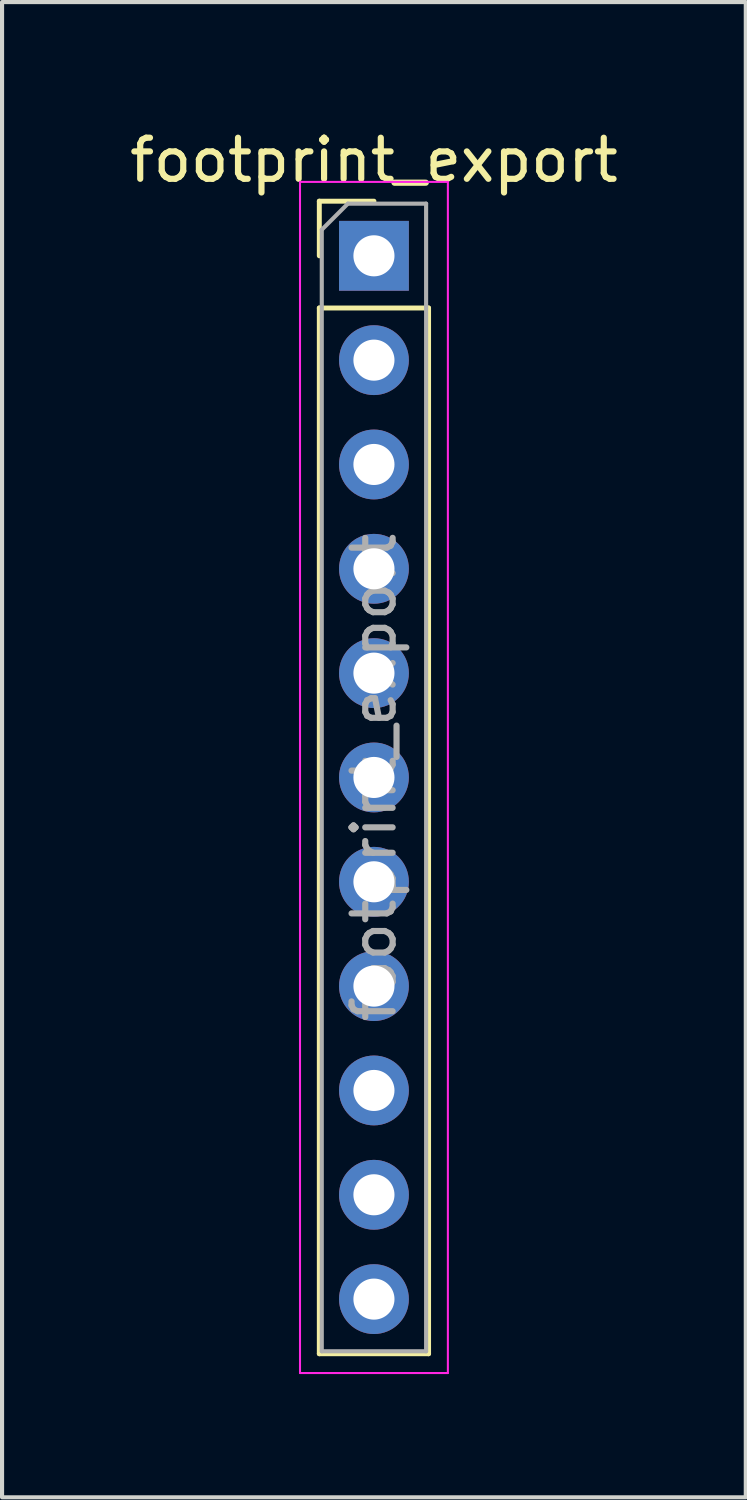
<source format=kicad_pcb>
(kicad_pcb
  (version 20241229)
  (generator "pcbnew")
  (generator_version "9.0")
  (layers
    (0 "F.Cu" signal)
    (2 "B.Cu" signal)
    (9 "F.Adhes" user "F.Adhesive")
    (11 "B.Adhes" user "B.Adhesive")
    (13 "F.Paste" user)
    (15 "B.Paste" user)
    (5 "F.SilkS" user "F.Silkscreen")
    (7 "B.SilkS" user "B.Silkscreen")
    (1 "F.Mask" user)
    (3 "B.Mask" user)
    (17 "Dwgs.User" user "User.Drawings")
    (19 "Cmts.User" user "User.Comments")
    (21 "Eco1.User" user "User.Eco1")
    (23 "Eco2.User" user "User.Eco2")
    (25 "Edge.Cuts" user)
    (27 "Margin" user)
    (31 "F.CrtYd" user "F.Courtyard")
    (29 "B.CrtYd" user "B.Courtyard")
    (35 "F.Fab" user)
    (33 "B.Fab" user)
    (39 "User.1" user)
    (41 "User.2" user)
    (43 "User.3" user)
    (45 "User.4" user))
  (footprint "footprint_export"
    (layer "F.Cu")
    (at 6.054 3.178)
    (property "Reference" "footprint_export" (at 0 -2.33 0) (layer "F.SilkS") (effects (font (size 1 1) (thickness 0.15))))
    (attr through_hole)
    (fp_line (start -1.33 -1.33) (end 0 -1.33) (stroke (width 0.12) (type solid)) (layer "F.SilkS"))
    (fp_line (start -1.33 0) (end -1.33 -1.33) (stroke (width 0.12) (type solid)) (layer "F.SilkS"))
    (fp_line (start -1.33 1.27) (end -1.33 26.73) (stroke (width 0.12) (type solid)) (layer "F.SilkS"))
    (fp_line (start -1.33 1.27) (end 1.33 1.27) (stroke (width 0.12) (type solid)) (layer "F.SilkS"))
    (fp_line (start -1.33 26.73) (end 1.33 26.73) (stroke (width 0.12) (type solid)) (layer "F.SilkS"))
    (fp_line (start 1.33 1.27) (end 1.33 26.73) (stroke (width 0.12) (type solid)) (layer "F.SilkS"))
    (fp_line (start -1.8 -1.8) (end -1.8 27.2) (stroke (width 0.05) (type solid)) (layer "F.CrtYd"))
    (fp_line (start -1.8 27.2) (end 1.8 27.2) (stroke (width 0.05) (type solid)) (layer "F.CrtYd"))
    (fp_line (start 1.8 -1.8) (end -1.8 -1.8) (stroke (width 0.05) (type solid)) (layer "F.CrtYd"))
    (fp_line (start 1.8 27.2) (end 1.8 -1.8) (stroke (width 0.05) (type solid)) (layer "F.CrtYd"))
    (fp_line (start -1.27 -0.635) (end -0.635 -1.27) (stroke (width 0.1) (type solid)) (layer "F.Fab"))
    (fp_line (start -1.27 26.67) (end -1.27 -0.635) (stroke (width 0.1) (type solid)) (layer "F.Fab"))
    (fp_line (start -0.635 -1.27) (end 1.27 -1.27) (stroke (width 0.1) (type solid)) (layer "F.Fab"))
    (fp_line (start 1.27 -1.27) (end 1.27 26.67) (stroke (width 0.1) (type solid)) (layer "F.Fab"))
    (fp_line (start 1.27 26.67) (end -1.27 26.67) (stroke (width 0.1) (type solid)) (layer "F.Fab"))
    (fp_text user "${REFERENCE}" (at 0 12.7 90) (layer "F.Fab") (effects (font (size 1 1) (thickness 0.15))))
    (pad "1" thru_hole rect (at 0 0) (size 1.7 1.7) (drill 1) (layers "*.Cu" "*.Mask"))
    (pad "2" thru_hole oval (at 0 2.54) (size 1.7 1.7) (drill 1) (layers "*.Cu" "*.Mask"))
    (pad "3" thru_hole oval (at 0 5.08) (size 1.7 1.7) (drill 1) (layers "*.Cu" "*.Mask"))
    (pad "4" thru_hole oval (at 0 7.62) (size 1.7 1.7) (drill 1) (layers "*.Cu" "*.Mask"))
    (pad "5" thru_hole oval (at 0 10.16) (size 1.7 1.7) (drill 1) (layers "*.Cu" "*.Mask"))
    (pad "6" thru_hole oval (at 0 12.7) (size 1.7 1.7) (drill 1) (layers "*.Cu" "*.Mask"))
    (pad "7" thru_hole oval (at 0 15.24) (size 1.7 1.7) (drill 1) (layers "*.Cu" "*.Mask"))
    (pad "8" thru_hole oval (at 0 17.78) (size 1.7 1.7) (drill 1) (layers "*.Cu" "*.Mask"))
    (pad "9" thru_hole oval (at 0 20.32) (size 1.7 1.7) (drill 1) (layers "*.Cu" "*.Mask"))
    (pad "10" thru_hole oval (at 0 22.86) (size 1.7 1.7) (drill 1) (layers "*.Cu" "*.Mask"))
    (pad "11" thru_hole oval (at 0 25.4) (size 1.7 1.7) (drill 1) (layers "*.Cu" "*.Mask")))
  (gr_rect
    (start -3 -3)
    (end 15.107 33.403)
    (stroke (width 0.1) (type default))
    (fill no)
    (layer "Edge.Cuts")))
</source>
